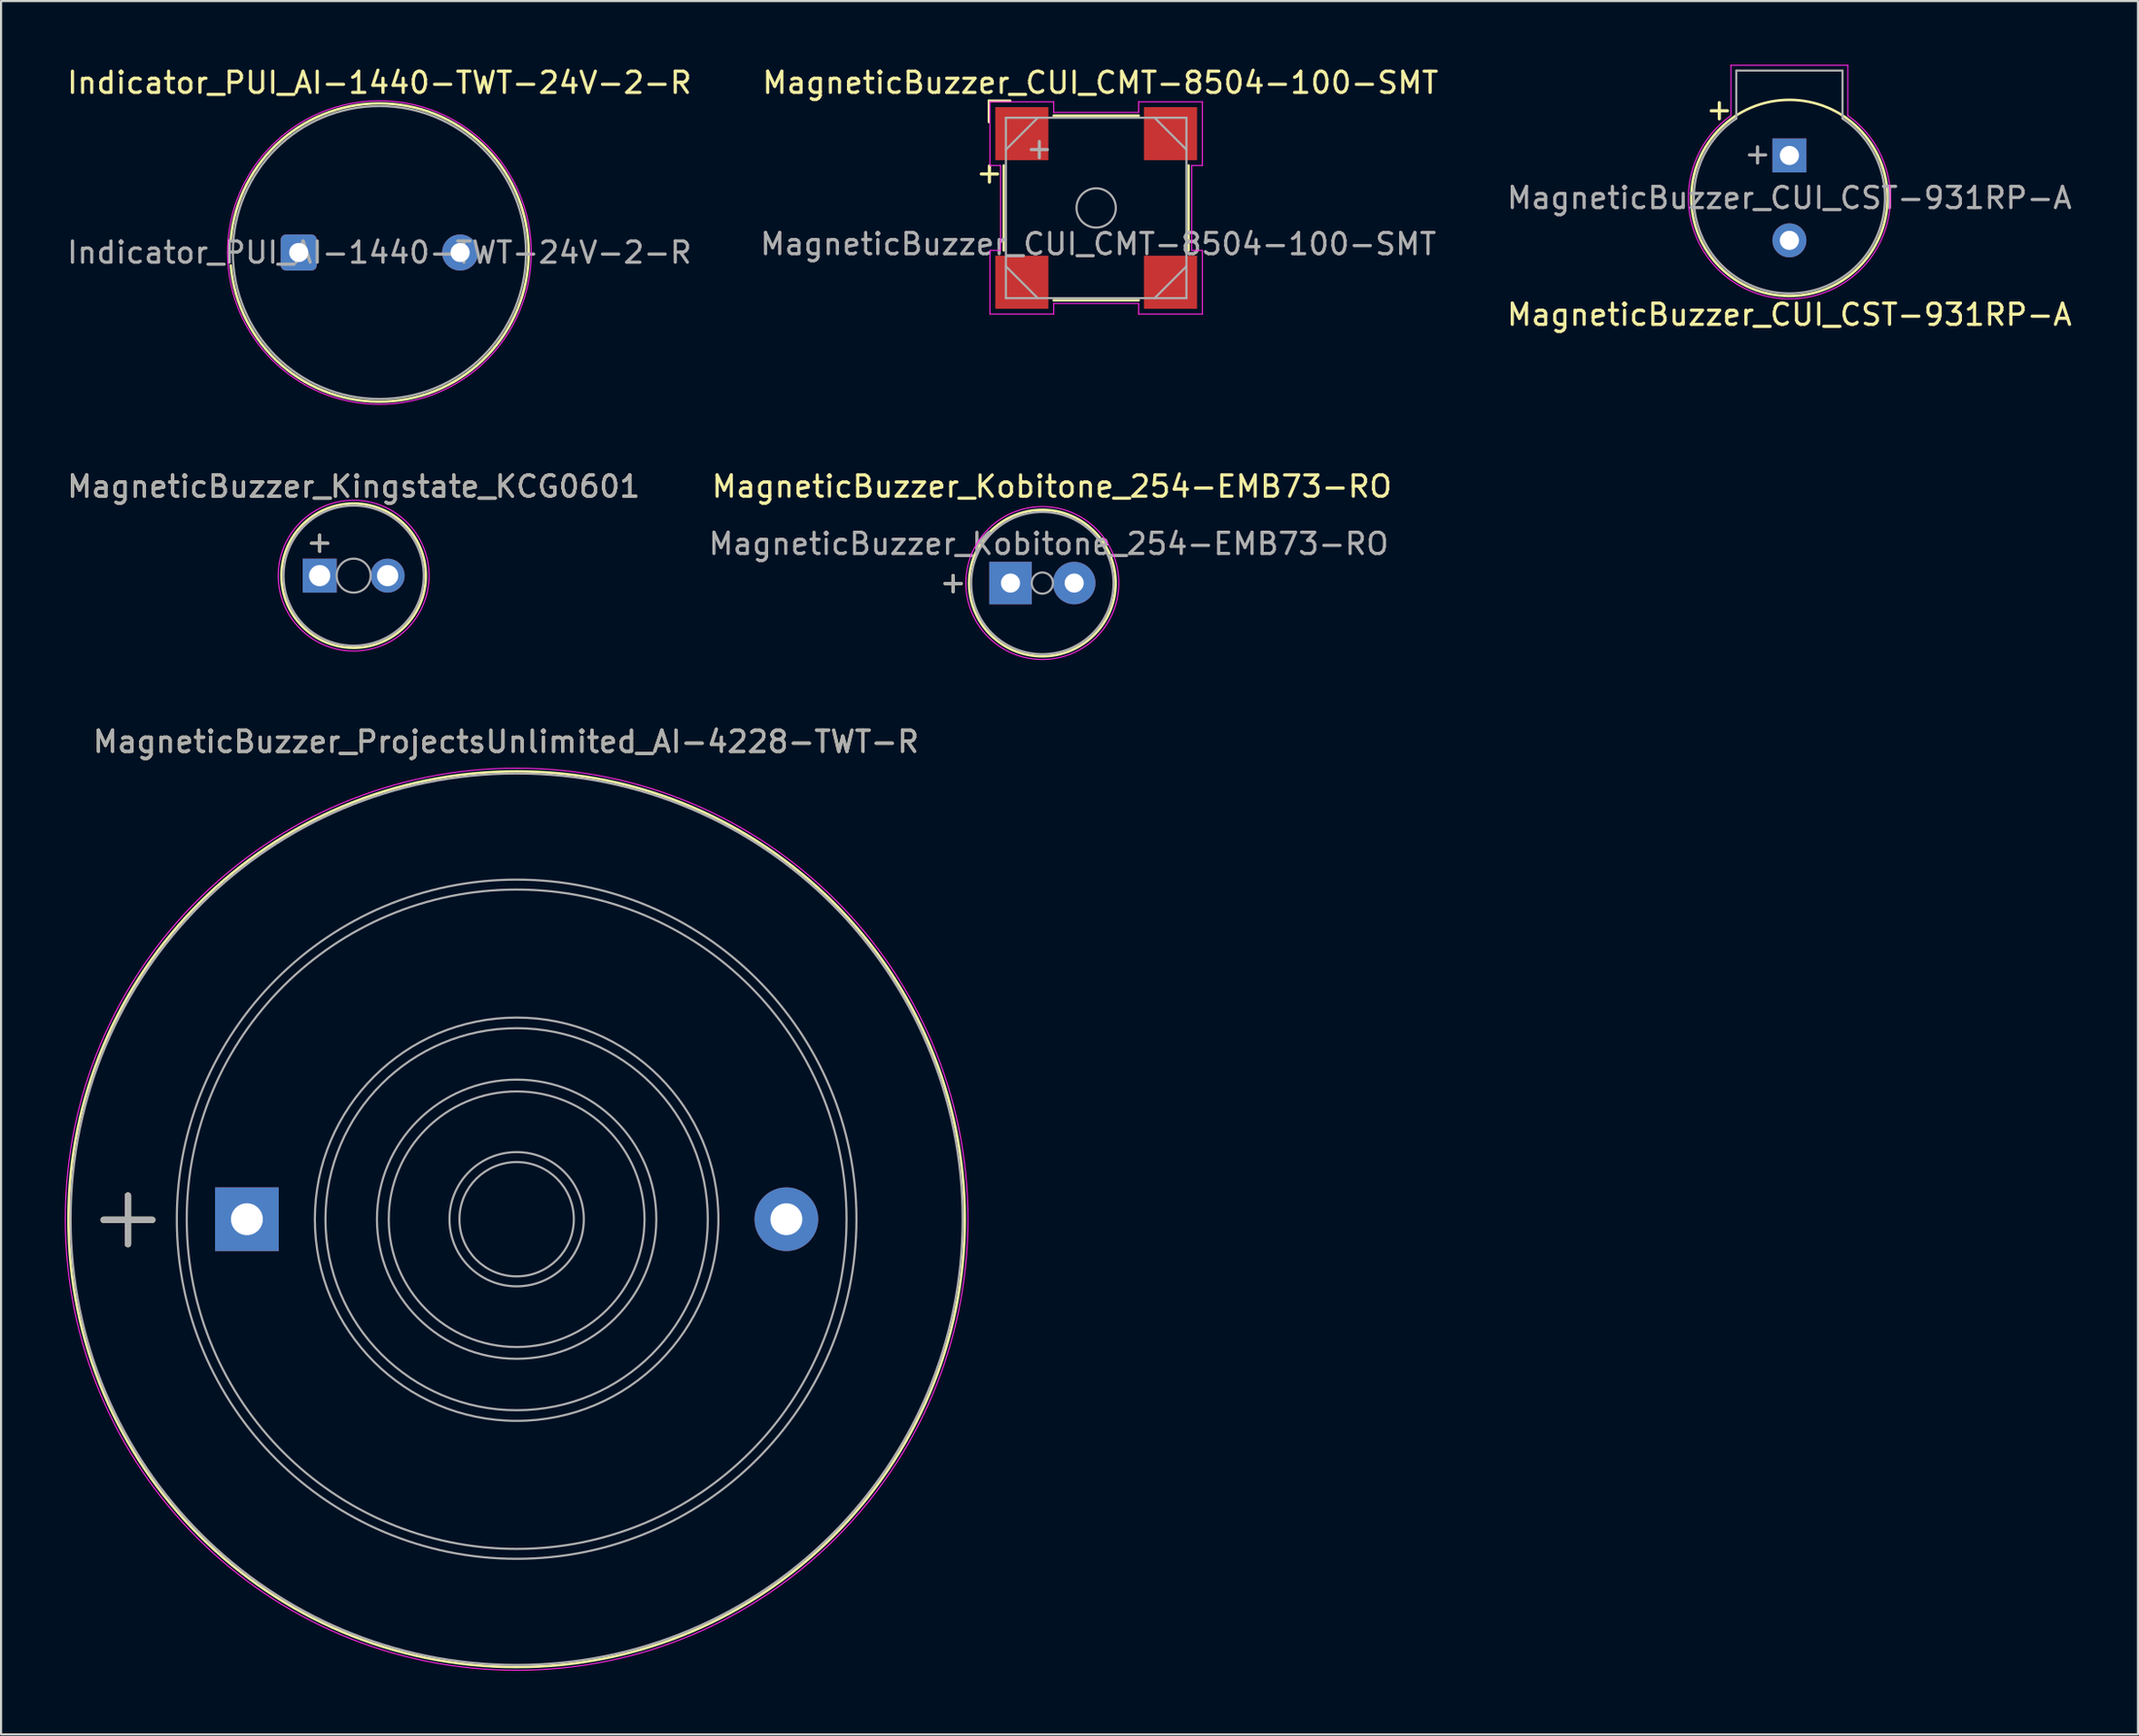
<source format=kicad_pcb>
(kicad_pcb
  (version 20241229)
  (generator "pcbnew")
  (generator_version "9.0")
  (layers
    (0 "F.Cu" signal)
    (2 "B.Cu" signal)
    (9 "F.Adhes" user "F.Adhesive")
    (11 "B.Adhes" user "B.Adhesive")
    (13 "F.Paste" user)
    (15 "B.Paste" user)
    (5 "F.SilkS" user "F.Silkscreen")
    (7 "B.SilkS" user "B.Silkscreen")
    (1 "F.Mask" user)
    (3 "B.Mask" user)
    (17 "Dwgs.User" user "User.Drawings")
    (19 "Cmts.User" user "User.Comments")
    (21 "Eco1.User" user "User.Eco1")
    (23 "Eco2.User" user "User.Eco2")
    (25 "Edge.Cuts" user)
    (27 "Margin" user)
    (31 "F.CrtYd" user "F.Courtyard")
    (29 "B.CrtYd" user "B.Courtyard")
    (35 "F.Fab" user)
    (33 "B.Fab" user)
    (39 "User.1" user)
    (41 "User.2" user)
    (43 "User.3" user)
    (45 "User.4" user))
  (footprint "MagneticBuzzer_ProjectsUnlimited_AI-4228-TWT-R"
    (layer "F.Cu")
    (at 8.575 54.395)
    (property "Reference" "MagneticBuzzer_ProjectsUnlimited_AI-4228-TWT-R" (at 12.2 -22.5 0) (layer "F.SilkS") (effects (font (size 1 1) (thickness 0.15))))
    (attr through_hole)
    (fp_circle (center 12.7 0) (end 33.8 0) (stroke (width 0.12) (type solid)) (fill no) (layer "F.SilkS"))
    (fp_circle (center 12.7 0) (end 33.95 0) (stroke (width 0.05) (type solid)) (fill no) (layer "F.CrtYd"))
    (fp_circle (center 12.7 0) (end 15.2 1) (stroke (width 0.1) (type solid)) (fill no) (layer "F.Fab"))
    (fp_circle (center 12.7 0) (end 15.7 1) (stroke (width 0.1) (type solid)) (fill no) (layer "F.Fab"))
    (fp_circle (center 12.7 0) (end 18.7 0.5) (stroke (width 0.1) (type solid)) (fill no) (layer "F.Fab"))
    (fp_circle (center 12.7 0) (end 19.2 1) (stroke (width 0.1) (type solid)) (fill no) (layer "F.Fab"))
    (fp_circle (center 12.7 0) (end 21.7 0) (stroke (width 0.1) (type solid)) (fill no) (layer "F.Fab"))
    (fp_circle (center 12.7 0) (end 22.2 0) (stroke (width 0.1) (type solid)) (fill no) (layer "F.Fab"))
    (fp_circle (center 12.7 0) (end 28.2 1) (stroke (width 0.1) (type solid)) (fill no) (layer "F.Fab"))
    (fp_circle (center 12.7 0) (end 28.7 0) (stroke (width 0.1) (type solid)) (fill no) (layer "F.Fab"))
    (fp_circle (center 12.7 0) (end 33.7 0) (stroke (width 0.1) (type solid)) (fill no) (layer "F.Fab"))
    (fp_text user "+" (at -5.6 -0.2 0) (layer "F.SilkS") (effects (font (size 3 3) (thickness 0.3))))
    (fp_text user "+" (at -5.6 -0.2 0) (layer "F.Fab") (effects (font (size 3 3) (thickness 0.3))))
    (fp_text user "${REFERENCE}" (at 12.2 -22.5 0) (layer "F.Fab") (effects (font (size 1 1) (thickness 0.15))))
    (pad "1" thru_hole rect (at 0 0) (size 3 3) (drill 1.5) (layers "*.Cu" "*.Mask"))
    (pad "2" thru_hole circle (at 25.4 0) (size 3 3) (drill 1.5) (layers "*.Cu" "*.Mask")))
  (footprint "MagneticBuzzer_Kobitone_254-EMB73-RO"
    (layer "F.Cu")
    (at 44.527 24.422)
    (property "Reference" "MagneticBuzzer_Kobitone_254-EMB73-RO" (at 1.95 -4.55 0) (layer "F.SilkS") (effects (font (size 1 1) (thickness 0.15))))
    (attr through_hole)
    (fp_circle (center 1.5 0) (end 4.95 0) (stroke (width 0.12) (type solid)) (fill no) (layer "F.SilkS"))
    (fp_circle (center 1.5 0) (end 5.1 0) (stroke (width 0.05) (type solid)) (fill no) (layer "F.CrtYd"))
    (fp_circle (center 1.5 0) (end 2 0) (stroke (width 0.1) (type solid)) (fill no) (layer "F.Fab"))
    (fp_circle (center 1.5 0) (end 4.85 0) (stroke (width 0.1) (type solid)) (fill no) (layer "F.Fab"))
    (fp_text user "+" (at -2.7 -0.05 0) (layer "F.SilkS") (effects (font (size 1 1) (thickness 0.15))))
    (fp_text user "${REFERENCE}" (at 1.8 -1.85 0) (layer "F.Fab") (effects (font (size 1 1) (thickness 0.15))))
    (fp_text user "+" (at -2.7 -0.05 0) (layer "F.Fab") (effects (font (size 1 1) (thickness 0.15))))
    (pad "1" thru_hole rect (at 0 0) (size 2 2) (drill 0.9) (layers "*.Cu" "*.Mask"))
    (pad "2" thru_hole circle (at 3 0) (size 2 2) (drill 0.9) (layers "*.Cu" "*.Mask")))
  (footprint "MagneticBuzzer_CUI_CST-931RP-A"
    (layer "F.Cu")
    (at 81.201 4.275)
    (property "Reference" "MagneticBuzzer_CUI_CST-931RP-A" (at 0 7.5 0) (layer "F.SilkS") (effects (font (size 1 1) (thickness 0.15))))
    (attr through_hole)
    (fp_circle (center 0 2) (end 4.62 2) (stroke (width 0.12) (type solid)) (fill no) (layer "F.SilkS"))
    (fp_line (start -2.75 -4.25) (end 2.75 -4.25) (stroke (width 0.05) (type solid)) (layer "F.CrtYd"))
    (fp_line (start -2.75 -1.88) (end -2.75 -4.25) (stroke (width 0.05) (type solid)) (layer "F.CrtYd"))
    (fp_line (start 2.75 -4.25) (end 2.75 -1.88) (stroke (width 0.05) (type solid)) (layer "F.CrtYd"))
    (fp_arc (start 2.75 -1.88) (mid 0.006009 6.755719) (end -2.759797 -1.873038) (stroke (width 0.05) (type solid)) (layer "F.CrtYd"))
    (fp_line (start -2.5 -4) (end -2.5 -1.74) (stroke (width 0.1) (type solid)) (layer "F.Fab"))
    (fp_line (start -2.5 -4) (end 2.5 -4) (stroke (width 0.1) (type solid)) (layer "F.Fab"))
    (fp_line (start 2.5 -4) (end 2.5 -1.74) (stroke (width 0.1) (type solid)) (layer "F.Fab"))
    (fp_arc (start 2.5 -1.74) (mid 0.003084 6.498621) (end -2.505126 -1.736568) (stroke (width 0.1) (type solid)) (layer "F.Fab"))
    (fp_text user "+" (at -3.3 -2.18 0) (layer "F.SilkS") (effects (font (size 1 1) (thickness 0.15))))
    (fp_text user "${REFERENCE}" (at 0 2 0) (layer "F.Fab") (effects (font (size 1 1) (thickness 0.15))))
    (fp_text user "+" (at -1.5 -0.1 0) (layer "F.Fab") (effects (font (size 1 1) (thickness 0.15))))
    (pad "1" thru_hole rect (at 0 0) (size 1.6 1.6) (drill 0.9) (layers "*.Cu" "*.Mask"))
    (pad "2" thru_hole circle (at 0 4) (size 1.6 1.6) (drill 0.9) (layers "*.Cu" "*.Mask")))
  (footprint "MagneticBuzzer_CUI_CMT-8504-100-SMT"
    (layer "F.Cu")
    (at 48.561 6.748)
    (property "Reference" "MagneticBuzzer_CUI_CMT-8504-100-SMT" (at 0.2 -5.9 0) (layer "F.SilkS") (effects (font (size 1 1) (thickness 0.15))))
    (attr smd)
    (fp_line (start -5.05 -5.05) (end -4.05 -5.05) (stroke (width 0.12) (type solid)) (layer "F.SilkS"))
    (fp_line (start -5.05 -4.05) (end -5.05 -5.05) (stroke (width 0.12) (type solid)) (layer "F.SilkS"))
    (fp_line (start -4.35 -2) (end -4.35 2) (stroke (width 0.12) (type solid)) (layer "F.SilkS"))
    (fp_line (start -2 4.35) (end 2 4.35) (stroke (width 0.12) (type solid)) (layer "F.SilkS"))
    (fp_line (start 2 -4.35) (end -2 -4.35) (stroke (width 0.12) (type solid)) (layer "F.SilkS"))
    (fp_line (start 4.35 2) (end 4.35 -2) (stroke (width 0.12) (type solid)) (layer "F.SilkS"))
    (fp_line (start -5 -5) (end -2 -5) (stroke (width 0.05) (type solid)) (layer "F.CrtYd"))
    (fp_line (start -5 -2) (end -5 -5) (stroke (width 0.05) (type solid)) (layer "F.CrtYd"))
    (fp_line (start -5 -2) (end -4.5 -2) (stroke (width 0.05) (type solid)) (layer "F.CrtYd"))
    (fp_line (start -5 2) (end -5 5) (stroke (width 0.05) (type solid)) (layer "F.CrtYd"))
    (fp_line (start -4.5 -2) (end -4.5 2) (stroke (width 0.05) (type solid)) (layer "F.CrtYd"))
    (fp_line (start -4.5 2) (end -5 2) (stroke (width 0.05) (type solid)) (layer "F.CrtYd"))
    (fp_line (start -2 -5) (end -2 -4.5) (stroke (width 0.05) (type solid)) (layer "F.CrtYd"))
    (fp_line (start -2 -4.5) (end 2 -4.5) (stroke (width 0.05) (type solid)) (layer "F.CrtYd"))
    (fp_line (start -2 4.5) (end -2 5) (stroke (width 0.05) (type solid)) (layer "F.CrtYd"))
    (fp_line (start -2 5) (end -5 5) (stroke (width 0.05) (type solid)) (layer "F.CrtYd"))
    (fp_line (start 2 -5) (end 5 -5) (stroke (width 0.05) (type solid)) (layer "F.CrtYd"))
    (fp_line (start 2 -4.5) (end 2 -5) (stroke (width 0.05) (type solid)) (layer "F.CrtYd"))
    (fp_line (start 2 4.5) (end -2 4.5) (stroke (width 0.05) (type solid)) (layer "F.CrtYd"))
    (fp_line (start 2 5) (end 2 4.5) (stroke (width 0.05) (type solid)) (layer "F.CrtYd"))
    (fp_line (start 4.5 -2) (end 4.5 2) (stroke (width 0.05) (type solid)) (layer "F.CrtYd"))
    (fp_line (start 4.5 2) (end 5 2) (stroke (width 0.05) (type solid)) (layer "F.CrtYd"))
    (fp_line (start 5 -2) (end 4.5 -2) (stroke (width 0.05) (type solid)) (layer "F.CrtYd"))
    (fp_line (start 5 -2) (end 5 -5) (stroke (width 0.05) (type solid)) (layer "F.CrtYd"))
    (fp_line (start 5 2) (end 5 5) (stroke (width 0.05) (type solid)) (layer "F.CrtYd"))
    (fp_line (start 5 5) (end 2 5) (stroke (width 0.05) (type solid)) (layer "F.CrtYd"))
    (fp_line (start -4.25 -4.25) (end 4.25 -4.25) (stroke (width 0.1) (type solid)) (layer "F.Fab"))
    (fp_line (start -4.25 -2.75) (end -2.75 -4.25) (stroke (width 0.1) (type solid)) (layer "F.Fab"))
    (fp_line (start -4.25 4.25) (end -4.25 -4.25) (stroke (width 0.1) (type solid)) (layer "F.Fab"))
    (fp_line (start -2.75 4.25) (end -4.25 2.75) (stroke (width 0.1) (type solid)) (layer "F.Fab"))
    (fp_line (start 2.75 -4.25) (end 4.25 -2.75) (stroke (width 0.1) (type solid)) (layer "F.Fab"))
    (fp_line (start 4.25 -4.25) (end 4.25 4.25) (stroke (width 0.1) (type solid)) (layer "F.Fab"))
    (fp_line (start 4.25 2.75) (end 2.75 4.25) (stroke (width 0.1) (type solid)) (layer "F.Fab"))
    (fp_line (start 4.25 4.25) (end -4.25 4.25) (stroke (width 0.1) (type solid)) (layer "F.Fab"))
    (fp_circle (center 0 0) (end 0.925 0) (stroke (width 0.1) (type solid)) (fill no) (layer "F.Fab"))
    (fp_text user "+" (at -5.1 -1.6 270) (layer "F.SilkS") (effects (font (size 1 1) (thickness 0.15))))
    (fp_text user "${REFERENCE}" (at 0.1 1.7 0) (layer "F.Fab") (effects (font (size 1 1) (thickness 0.15))))
    (fp_text user "+" (at -2.75 -2.75 270) (layer "F.Fab") (effects (font (size 1 1) (thickness 0.15))))
    (pad "1" smd rect (at -3.5 -3.5 270) (size 2.5 2.5) (layers "F.Cu" "F.Mask" "F.Paste"))
    (pad "2" smd rect (at -3.5 3.5 270) (size 2.5 2.5) (layers "F.Cu" "F.Mask" "F.Paste"))
    (pad "3" smd rect (at 3.5 3.5 270) (size 2.5 2.5) (layers "F.Cu" "F.Mask" "F.Paste"))
    (pad "4" smd rect (at 3.5 -3.5 270) (size 2.5 2.5) (layers "F.Cu" "F.Mask" "F.Paste")))
  (footprint "MagneticBuzzer_Kingstate_KCG0601"
    (layer "F.Cu")
    (at 12.001 24.072)
    (property "Reference" "MagneticBuzzer_Kingstate_KCG0601" (at 1.6 -4.2 0) (layer "F.SilkS") (effects (font (size 1 1) (thickness 0.15))))
    (attr through_hole)
    (fp_circle (center 1.6 0) (end 5 0) (stroke (width 0.12) (type solid)) (fill no) (layer "F.SilkS"))
    (fp_circle (center 1.6 0) (end 5.15 0) (stroke (width 0.05) (type solid)) (fill no) (layer "F.CrtYd"))
    (fp_circle (center 1.6 0) (end 2.4 0) (stroke (width 0.1) (type solid)) (fill no) (layer "F.Fab"))
    (fp_circle (center 1.6 0) (end 4.9 0) (stroke (width 0.1) (type solid)) (fill no) (layer "F.Fab"))
    (fp_text user "+" (at 0 -1.6 0) (layer "F.SilkS") (effects (font (size 1 1) (thickness 0.15))))
    (fp_text user "${REFERENCE}" (at 1.6 -4.2 0) (layer "F.Fab") (effects (font (size 1 1) (thickness 0.15))))
    (fp_text user "+" (at 0 -1.6 0) (layer "F.Fab") (effects (font (size 1 1) (thickness 0.15))))
    (pad "1" thru_hole rect (at 0 0) (size 1.6 1.6) (drill 1) (layers "*.Cu" "*.Mask"))
    (pad "2" thru_hole circle (at 3.2 0) (size 1.6 1.6) (drill 1) (layers "*.Cu" "*.Mask")))
  (footprint "Indicator_PUI_AI-1440-TWT-24V-2-R"
    (layer "F.Cu")
    (at 11.015 8.848)
    (property "Reference" "Indicator_PUI_AI-1440-TWT-24V-2-R" (at 3.8 -8 0) (layer "F.SilkS") (effects (font (size 1 1) (thickness 0.15))))
    (attr through_hole)
    (fp_arc (start -3.2 -0.615) (mid 10.826964 0.00257) (end -3.200448 0.60988) (stroke (width 0.12) (type solid)) (layer "F.SilkS"))
    (fp_circle (center 3.8 0) (end 10.95 0) (stroke (width 0.05) (type solid)) (fill no) (layer "F.CrtYd"))
    (fp_circle (center 3.8 0) (end 10.7 0) (stroke (width 0.1) (type solid)) (fill no) (layer "F.Fab"))
    (fp_text user "${REFERENCE}" (at 3.8 0 0) (layer "F.Fab") (effects (font (size 1 1) (thickness 0.15))))
    (pad "1" thru_hole roundrect (at 0 0) (size 1.7 1.7) (drill 0.9) (layers "*.Cu" "*.Mask") (roundrect_rratio 0.147))
    (pad "2" thru_hole circle (at 7.6 0) (size 1.7 1.7) (drill 0.9) (layers "*.Cu" "*.Mask")))
  (gr_rect
    (start -3 -3)
    (end 97.612 78.67)
    (stroke (width 0.1) (type default))
    (fill no)
    (layer "Edge.Cuts")))
</source>
